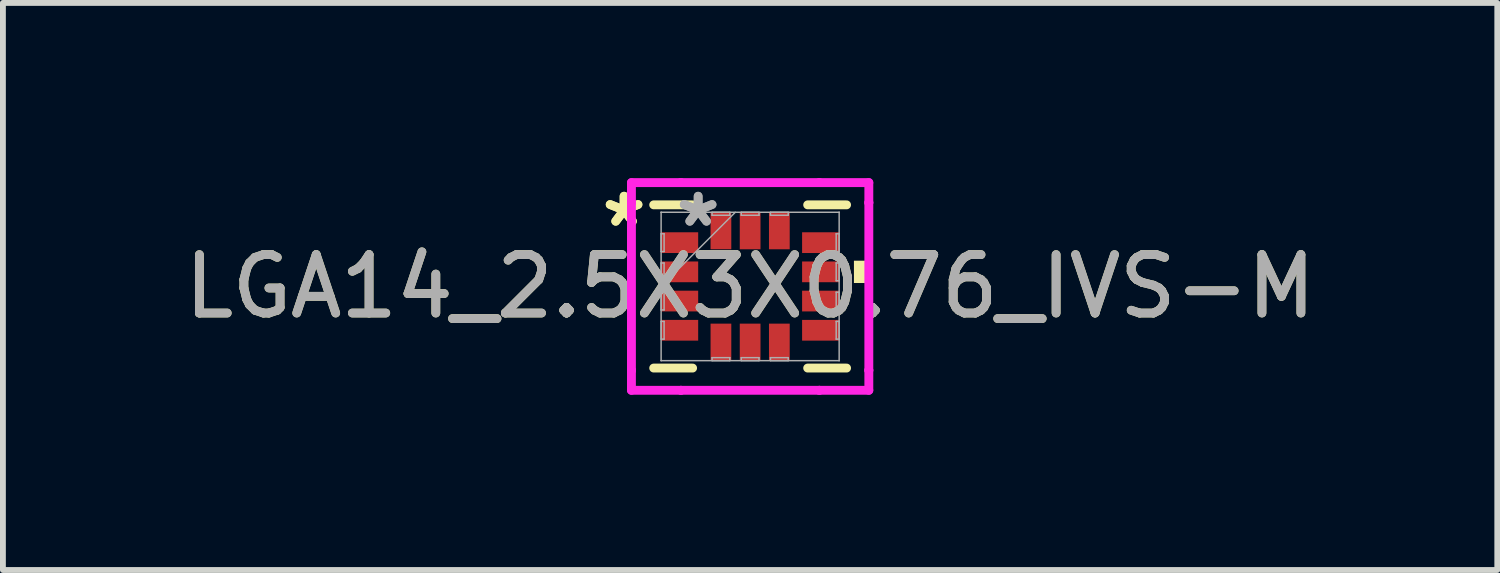
<source format=kicad_pcb>
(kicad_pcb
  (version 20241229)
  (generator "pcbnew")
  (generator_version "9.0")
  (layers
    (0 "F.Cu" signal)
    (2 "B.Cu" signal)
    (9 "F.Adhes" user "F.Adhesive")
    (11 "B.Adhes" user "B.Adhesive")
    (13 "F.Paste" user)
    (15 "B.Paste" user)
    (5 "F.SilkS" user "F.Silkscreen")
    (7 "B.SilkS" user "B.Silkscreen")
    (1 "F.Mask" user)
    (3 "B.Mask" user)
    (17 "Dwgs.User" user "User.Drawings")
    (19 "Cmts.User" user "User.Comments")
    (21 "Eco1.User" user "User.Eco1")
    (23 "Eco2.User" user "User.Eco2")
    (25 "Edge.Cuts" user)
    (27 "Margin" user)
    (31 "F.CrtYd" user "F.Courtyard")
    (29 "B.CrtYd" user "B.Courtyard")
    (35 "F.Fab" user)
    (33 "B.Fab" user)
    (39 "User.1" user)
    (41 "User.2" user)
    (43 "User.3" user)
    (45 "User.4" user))
  (footprint "LGA14_2.5X3X0.76_IVS-M"
    (layer "F.Cu")
    (at 9.792 1.854)
    (property "Reference" "LGA14_2.5X3X0.76_IVS-M" (at 0 0 0) (unlocked yes) (layer "F.SilkS") (effects (font (size 1 1) (thickness 0.15))))
    (attr smd)
    (fp_line (start -1.651 1.397) (end -0.985 1.397) (stroke (width 0.152) (type solid)) (layer "F.SilkS"))
    (fp_line (start -0.985 -1.397) (end -1.651 -1.397) (stroke (width 0.152) (type solid)) (layer "F.SilkS"))
    (fp_line (start 0.985 1.397) (end 1.651 1.397) (stroke (width 0.152) (type solid)) (layer "F.SilkS"))
    (fp_line (start 1.651 -1.397) (end 0.985 -1.397) (stroke (width 0.152) (type solid)) (layer "F.SilkS"))
    (fp_poly (pts (xy 2.031 -0.441) (xy 2.031 -0.059) (xy 1.777 -0.059) (xy 1.777 -0.441)) (stroke (width 0) (type solid)) (fill yes) (layer "F.SilkS"))
    (fp_line (start -2.032 -1.778) (end -1.185 -1.778) (stroke (width 0.152) (type solid)) (layer "F.CrtYd"))
    (fp_line (start -2.032 -1.435) (end -2.032 -1.778) (stroke (width 0.152) (type solid)) (layer "F.CrtYd"))
    (fp_line (start -2.032 -1.435) (end -2.032 -1.435) (stroke (width 0.152) (type solid)) (layer "F.CrtYd"))
    (fp_line (start -2.032 1.435) (end -2.032 -1.435) (stroke (width 0.152) (type solid)) (layer "F.CrtYd"))
    (fp_line (start -2.032 1.435) (end -2.032 1.435) (stroke (width 0.152) (type solid)) (layer "F.CrtYd"))
    (fp_line (start -2.032 1.778) (end -2.032 1.435) (stroke (width 0.152) (type solid)) (layer "F.CrtYd"))
    (fp_line (start -1.185 -1.778) (end -1.185 -1.778) (stroke (width 0.152) (type solid)) (layer "F.CrtYd"))
    (fp_line (start -1.185 -1.778) (end 1.185 -1.778) (stroke (width 0.152) (type solid)) (layer "F.CrtYd"))
    (fp_line (start -1.185 1.778) (end -2.032 1.778) (stroke (width 0.152) (type solid)) (layer "F.CrtYd"))
    (fp_line (start -1.185 1.778) (end -1.185 1.778) (stroke (width 0.152) (type solid)) (layer "F.CrtYd"))
    (fp_line (start 1.185 -1.778) (end 1.185 -1.778) (stroke (width 0.152) (type solid)) (layer "F.CrtYd"))
    (fp_line (start 1.185 -1.778) (end 2.032 -1.778) (stroke (width 0.152) (type solid)) (layer "F.CrtYd"))
    (fp_line (start 1.185 1.778) (end -1.185 1.778) (stroke (width 0.152) (type solid)) (layer "F.CrtYd"))
    (fp_line (start 1.185 1.778) (end 1.185 1.778) (stroke (width 0.152) (type solid)) (layer "F.CrtYd"))
    (fp_line (start 2.032 -1.778) (end 2.032 -1.435) (stroke (width 0.152) (type solid)) (layer "F.CrtYd"))
    (fp_line (start 2.032 -1.435) (end 2.032 -1.435) (stroke (width 0.152) (type solid)) (layer "F.CrtYd"))
    (fp_line (start 2.032 -1.435) (end 2.032 1.435) (stroke (width 0.152) (type solid)) (layer "F.CrtYd"))
    (fp_line (start 2.032 1.435) (end 2.032 1.435) (stroke (width 0.152) (type solid)) (layer "F.CrtYd"))
    (fp_line (start 2.032 1.435) (end 2.032 1.778) (stroke (width 0.152) (type solid)) (layer "F.CrtYd"))
    (fp_line (start 2.032 1.778) (end 1.185 1.778) (stroke (width 0.152) (type solid)) (layer "F.CrtYd"))
    (fp_line (start -1.524 -1.27) (end -1.524 -1.27) (stroke (width 0.025) (type solid)) (layer "F.Fab"))
    (fp_line (start -1.524 -1.27) (end -1.524 1.27) (stroke (width 0.025) (type solid)) (layer "F.Fab"))
    (fp_line (start -1.524 -0.902) (end -1.473 -0.902) (stroke (width 0.025) (type solid)) (layer "F.Fab"))
    (fp_line (start -1.524 -0.598) (end -1.524 -0.902) (stroke (width 0.025) (type solid)) (layer "F.Fab"))
    (fp_line (start -1.524 -0.402) (end -1.473 -0.402) (stroke (width 0.025) (type solid)) (layer "F.Fab"))
    (fp_line (start -1.524 -0.098) (end -1.524 -0.402) (stroke (width 0.025) (type solid)) (layer "F.Fab"))
    (fp_line (start -1.524 0) (end -0.254 -1.27) (stroke (width 0.025) (type solid)) (layer "F.Fab"))
    (fp_line (start -1.524 0.098) (end -1.473 0.098) (stroke (width 0.025) (type solid)) (layer "F.Fab"))
    (fp_line (start -1.524 0.402) (end -1.524 0.098) (stroke (width 0.025) (type solid)) (layer "F.Fab"))
    (fp_line (start -1.524 0.598) (end -1.473 0.598) (stroke (width 0.025) (type solid)) (layer "F.Fab"))
    (fp_line (start -1.524 0.902) (end -1.524 0.598) (stroke (width 0.025) (type solid)) (layer "F.Fab"))
    (fp_line (start -1.524 1.27) (end -1.524 1.27) (stroke (width 0.025) (type solid)) (layer "F.Fab"))
    (fp_line (start -1.524 1.27) (end 1.524 1.27) (stroke (width 0.025) (type solid)) (layer "F.Fab"))
    (fp_line (start -1.473 -0.902) (end -1.473 -0.598) (stroke (width 0.025) (type solid)) (layer "F.Fab"))
    (fp_line (start -1.473 -0.598) (end -1.524 -0.598) (stroke (width 0.025) (type solid)) (layer "F.Fab"))
    (fp_line (start -1.473 -0.402) (end -1.473 -0.098) (stroke (width 0.025) (type solid)) (layer "F.Fab"))
    (fp_line (start -1.473 -0.098) (end -1.524 -0.098) (stroke (width 0.025) (type solid)) (layer "F.Fab"))
    (fp_line (start -1.473 0.098) (end -1.473 0.402) (stroke (width 0.025) (type solid)) (layer "F.Fab"))
    (fp_line (start -1.473 0.402) (end -1.524 0.402) (stroke (width 0.025) (type solid)) (layer "F.Fab"))
    (fp_line (start -1.473 0.598) (end -1.473 0.902) (stroke (width 0.025) (type solid)) (layer "F.Fab"))
    (fp_line (start -1.473 0.902) (end -1.524 0.902) (stroke (width 0.025) (type solid)) (layer "F.Fab"))
    (fp_line (start -0.652 -1.27) (end -0.348 -1.27) (stroke (width 0.025) (type solid)) (layer "F.Fab"))
    (fp_line (start -0.652 -1.219) (end -0.652 -1.27) (stroke (width 0.025) (type solid)) (layer "F.Fab"))
    (fp_line (start -0.652 1.219) (end -0.348 1.219) (stroke (width 0.025) (type solid)) (layer "F.Fab"))
    (fp_line (start -0.652 1.27) (end -0.652 1.219) (stroke (width 0.025) (type solid)) (layer "F.Fab"))
    (fp_line (start -0.348 -1.27) (end -0.348 -1.219) (stroke (width 0.025) (type solid)) (layer "F.Fab"))
    (fp_line (start -0.348 -1.219) (end -0.652 -1.219) (stroke (width 0.025) (type solid)) (layer "F.Fab"))
    (fp_line (start -0.348 1.219) (end -0.348 1.27) (stroke (width 0.025) (type solid)) (layer "F.Fab"))
    (fp_line (start -0.348 1.27) (end -0.652 1.27) (stroke (width 0.025) (type solid)) (layer "F.Fab"))
    (fp_line (start -0.152 -1.27) (end 0.152 -1.27) (stroke (width 0.025) (type solid)) (layer "F.Fab"))
    (fp_line (start -0.152 -1.219) (end -0.152 -1.27) (stroke (width 0.025) (type solid)) (layer "F.Fab"))
    (fp_line (start -0.152 1.219) (end 0.152 1.219) (stroke (width 0.025) (type solid)) (layer "F.Fab"))
    (fp_line (start -0.152 1.27) (end -0.152 1.219) (stroke (width 0.025) (type solid)) (layer "F.Fab"))
    (fp_line (start 0.152 -1.27) (end 0.152 -1.219) (stroke (width 0.025) (type solid)) (layer "F.Fab"))
    (fp_line (start 0.152 -1.219) (end -0.152 -1.219) (stroke (width 0.025) (type solid)) (layer "F.Fab"))
    (fp_line (start 0.152 1.219) (end 0.152 1.27) (stroke (width 0.025) (type solid)) (layer "F.Fab"))
    (fp_line (start 0.152 1.27) (end -0.152 1.27) (stroke (width 0.025) (type solid)) (layer "F.Fab"))
    (fp_line (start 0.348 -1.27) (end 0.652 -1.27) (stroke (width 0.025) (type solid)) (layer "F.Fab"))
    (fp_line (start 0.348 -1.219) (end 0.348 -1.27) (stroke (width 0.025) (type solid)) (layer "F.Fab"))
    (fp_line (start 0.348 1.219) (end 0.652 1.219) (stroke (width 0.025) (type solid)) (layer "F.Fab"))
    (fp_line (start 0.348 1.27) (end 0.348 1.219) (stroke (width 0.025) (type solid)) (layer "F.Fab"))
    (fp_line (start 0.652 -1.27) (end 0.652 -1.219) (stroke (width 0.025) (type solid)) (layer "F.Fab"))
    (fp_line (start 0.652 -1.219) (end 0.348 -1.219) (stroke (width 0.025) (type solid)) (layer "F.Fab"))
    (fp_line (start 0.652 1.219) (end 0.652 1.27) (stroke (width 0.025) (type solid)) (layer "F.Fab"))
    (fp_line (start 0.652 1.27) (end 0.348 1.27) (stroke (width 0.025) (type solid)) (layer "F.Fab"))
    (fp_line (start 1.473 -0.902) (end 1.524 -0.902) (stroke (width 0.025) (type solid)) (layer "F.Fab"))
    (fp_line (start 1.473 -0.598) (end 1.473 -0.902) (stroke (width 0.025) (type solid)) (layer "F.Fab"))
    (fp_line (start 1.473 -0.402) (end 1.524 -0.402) (stroke (width 0.025) (type solid)) (layer "F.Fab"))
    (fp_line (start 1.473 -0.098) (end 1.473 -0.402) (stroke (width 0.025) (type solid)) (layer "F.Fab"))
    (fp_line (start 1.473 0.098) (end 1.524 0.098) (stroke (width 0.025) (type solid)) (layer "F.Fab"))
    (fp_line (start 1.473 0.402) (end 1.473 0.098) (stroke (width 0.025) (type solid)) (layer "F.Fab"))
    (fp_line (start 1.473 0.598) (end 1.524 0.598) (stroke (width 0.025) (type solid)) (layer "F.Fab"))
    (fp_line (start 1.473 0.902) (end 1.473 0.598) (stroke (width 0.025) (type solid)) (layer "F.Fab"))
    (fp_line (start 1.524 -1.27) (end -1.524 -1.27) (stroke (width 0.025) (type solid)) (layer "F.Fab"))
    (fp_line (start 1.524 -1.27) (end 1.524 -1.27) (stroke (width 0.025) (type solid)) (layer "F.Fab"))
    (fp_line (start 1.524 -0.902) (end 1.524 -0.598) (stroke (width 0.025) (type solid)) (layer "F.Fab"))
    (fp_line (start 1.524 -0.598) (end 1.473 -0.598) (stroke (width 0.025) (type solid)) (layer "F.Fab"))
    (fp_line (start 1.524 -0.402) (end 1.524 -0.098) (stroke (width 0.025) (type solid)) (layer "F.Fab"))
    (fp_line (start 1.524 -0.098) (end 1.473 -0.098) (stroke (width 0.025) (type solid)) (layer "F.Fab"))
    (fp_line (start 1.524 0.098) (end 1.524 0.402) (stroke (width 0.025) (type solid)) (layer "F.Fab"))
    (fp_line (start 1.524 0.402) (end 1.473 0.402) (stroke (width 0.025) (type solid)) (layer "F.Fab"))
    (fp_line (start 1.524 0.598) (end 1.524 0.902) (stroke (width 0.025) (type solid)) (layer "F.Fab"))
    (fp_line (start 1.524 0.902) (end 1.473 0.902) (stroke (width 0.025) (type solid)) (layer "F.Fab"))
    (fp_line (start 1.524 1.27) (end 1.524 -1.27) (stroke (width 0.025) (type solid)) (layer "F.Fab"))
    (fp_line (start 1.524 1.27) (end 1.524 1.27) (stroke (width 0.025) (type solid)) (layer "F.Fab"))
    (fp_text user "*" (at -2.158 -1 0) (unlocked yes) (layer "F.SilkS") (effects (font (size 1 1) (thickness 0.15))))
    (fp_text user "*" (at -2.158 -1 0) (layer "F.SilkS") (effects (font (size 1 1) (thickness 0.15))))
    (fp_text user "*" (at -0.89 -1 0) (unlocked yes) (layer "F.Fab") (effects (font (size 1 1) (thickness 0.15))))
    (fp_text user "${REFERENCE}" (at 0 0 0) (unlocked yes) (layer "F.Fab") (effects (font (size 1 1) (thickness 0.15))))
    (fp_text user "*" (at -0.89 -1 0) (layer "F.Fab") (effects (font (size 1 1) (thickness 0.15))))
    (pad "1" smd rect (at -1.206 -0.75 90) (size 0.355 0.633) (layers "F.Cu" "F.Mask" "F.Paste"))
    (pad "2" smd rect (at -1.206 -0.25 90) (size 0.355 0.633) (layers "F.Cu" "F.Mask" "F.Paste"))
    (pad "3" smd rect (at -1.206 0.25 90) (size 0.355 0.633) (layers "F.Cu" "F.Mask" "F.Paste"))
    (pad "4" smd rect (at -1.206 0.75 90) (size 0.355 0.633) (layers "F.Cu" "F.Mask" "F.Paste"))
    (pad "5" smd rect (at -0.5 0.953) (size 0.355 0.633) (layers "F.Cu" "F.Mask" "F.Paste"))
    (pad "6" smd rect (at 0 0.953) (size 0.355 0.633) (layers "F.Cu" "F.Mask" "F.Paste"))
    (pad "7" smd rect (at 0.5 0.953) (size 0.355 0.633) (layers "F.Cu" "F.Mask" "F.Paste"))
    (pad "8" smd rect (at 1.206 0.75 90) (size 0.355 0.633) (layers "F.Cu" "F.Mask" "F.Paste"))
    (pad "9" smd rect (at 1.206 0.25 90) (size 0.355 0.633) (layers "F.Cu" "F.Mask" "F.Paste"))
    (pad "10" smd rect (at 1.206 -0.25 90) (size 0.355 0.633) (layers "F.Cu" "F.Mask" "F.Paste"))
    (pad "11" smd rect (at 1.206 -0.75 90) (size 0.355 0.633) (layers "F.Cu" "F.Mask" "F.Paste"))
    (pad "12" smd rect (at 0.5 -0.953) (size 0.355 0.633) (layers "F.Cu" "F.Mask" "F.Paste"))
    (pad "13" smd rect (at 0 -0.953) (size 0.355 0.633) (layers "F.Cu" "F.Mask" "F.Paste"))
    (pad "14" smd rect (at -0.5 -0.953) (size 0.355 0.633) (layers "F.Cu" "F.Mask" "F.Paste")))
  (gr_rect
    (start -3 -3)
    (end 22.583 6.708)
    (stroke (width 0.1) (type default))
    (fill no)
    (layer "Edge.Cuts")))
</source>
